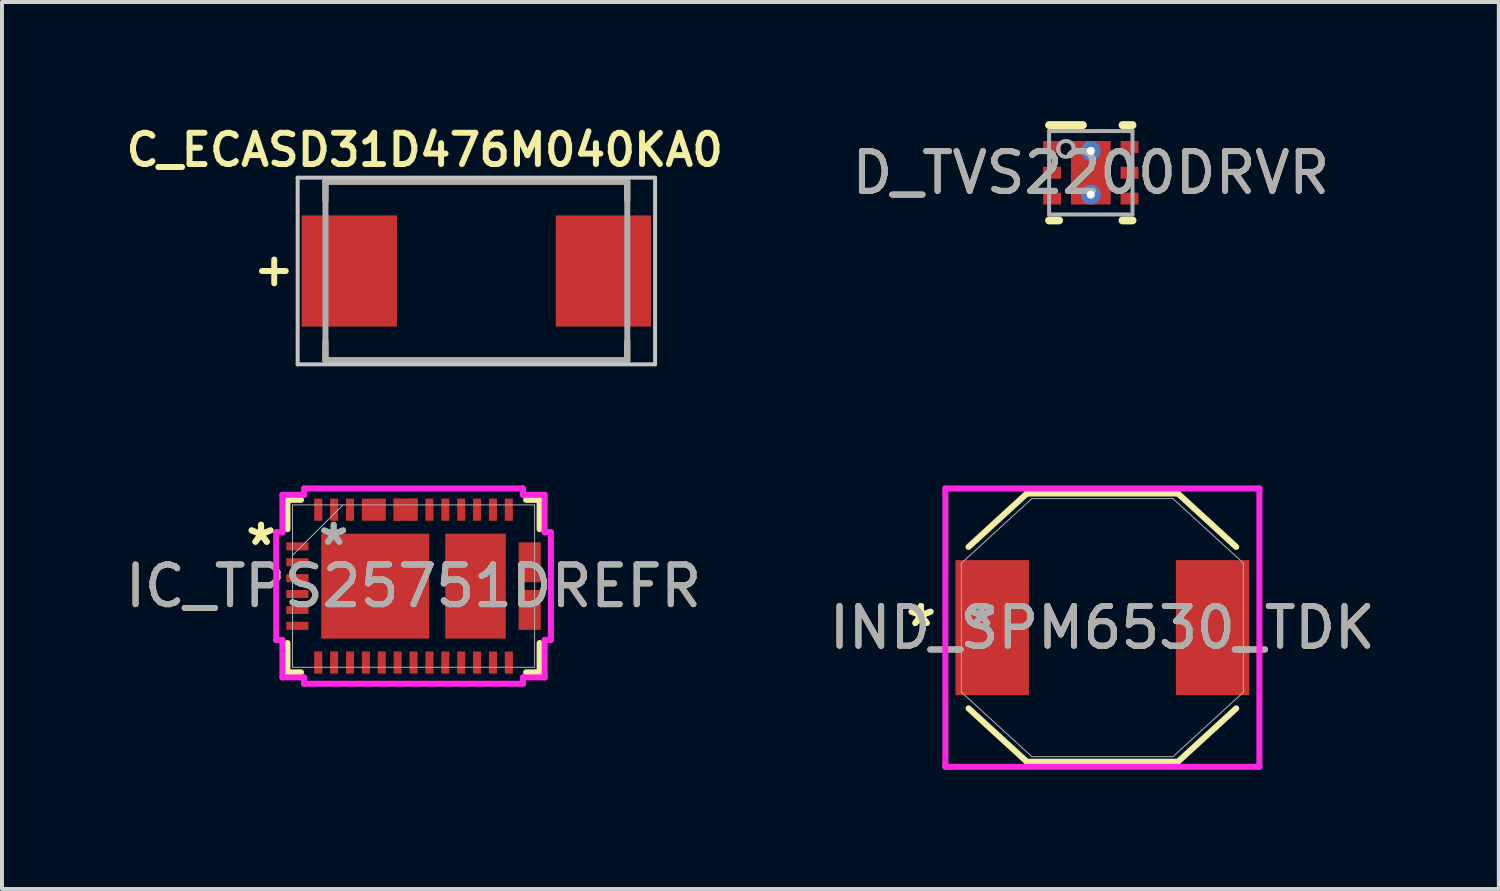
<source format=kicad_pcb>
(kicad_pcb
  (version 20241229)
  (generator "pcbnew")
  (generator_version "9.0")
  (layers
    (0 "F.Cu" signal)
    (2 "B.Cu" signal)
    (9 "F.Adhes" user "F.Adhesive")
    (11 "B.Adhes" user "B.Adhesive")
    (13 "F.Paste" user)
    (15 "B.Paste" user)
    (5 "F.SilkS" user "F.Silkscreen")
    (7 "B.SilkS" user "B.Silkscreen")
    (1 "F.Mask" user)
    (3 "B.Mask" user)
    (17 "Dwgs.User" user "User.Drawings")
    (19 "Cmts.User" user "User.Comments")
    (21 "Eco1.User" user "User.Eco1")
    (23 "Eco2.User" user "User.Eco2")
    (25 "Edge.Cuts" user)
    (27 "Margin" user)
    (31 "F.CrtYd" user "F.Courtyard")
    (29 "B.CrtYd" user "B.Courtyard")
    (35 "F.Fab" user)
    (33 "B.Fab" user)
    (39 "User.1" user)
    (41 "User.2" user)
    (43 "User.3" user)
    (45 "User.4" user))
  (footprint "IC_TPS25751DREFR"
    (layer "F.Cu")
    (at 7.363 11.708)
    (property "Reference" "IC_TPS25751DREFR" (at 0 0 0) (unlocked yes) (layer "F.SilkS") (effects (font (size 1 1) (thickness 0.15))))
    (attr smd)
    (fp_poly (pts (xy -1.302 -2.204) (xy -1.302 -1.646) (xy -0.698 -1.646) (xy -0.698 -2.204)) (stroke (width 0) (type solid)) (fill yes) (layer "F.Cu"))
    (fp_poly (pts (xy -0.502 -2.204) (xy -0.502 -1.646) (xy 0.102 -1.646) (xy 0.102 -2.204)) (stroke (width 0) (type solid)) (fill yes) (layer "F.Cu"))
    (fp_poly (pts (xy 2.646 -1.102) (xy 2.646 -0.098) (xy 3.204 -0.098) (xy 3.204 -1.102)) (stroke (width 0) (type solid)) (fill yes) (layer "F.Cu"))
    (fp_poly (pts (xy 2.646 0.098) (xy 2.646 1.102) (xy 3.204 1.102) (xy 3.204 0.098)) (stroke (width 0) (type solid)) (fill yes) (layer "F.Cu"))
    (fp_poly (pts (xy -1.302 -2.204) (xy -1.302 -1.646) (xy -0.698 -1.646) (xy -0.698 -2.204)) (stroke (width 0) (type solid)) (fill yes) (layer "F.Mask"))
    (fp_poly (pts (xy -0.502 -2.204) (xy -0.502 -1.646) (xy 0.102 -1.646) (xy 0.102 -2.204)) (stroke (width 0) (type solid)) (fill yes) (layer "F.Mask"))
    (fp_poly (pts (xy 2.646 -1.102) (xy 2.646 -0.098) (xy 3.204 -0.098) (xy 3.204 -1.102)) (stroke (width 0) (type solid)) (fill yes) (layer "F.Mask"))
    (fp_poly (pts (xy 2.646 0.098) (xy 2.646 1.102) (xy 3.204 1.102) (xy 3.204 0.098)) (stroke (width 0) (type solid)) (fill yes) (layer "F.Mask"))
    (fp_line (start -3.175 -2.172) (end -2.834 -2.172) (stroke (width 0.152) (type solid)) (layer "F.SilkS"))
    (fp_line (start -3.175 -1.434) (end -3.175 -2.172) (stroke (width 0.152) (type solid)) (layer "F.SilkS"))
    (fp_line (start -3.175 2.172) (end -3.175 1.434) (stroke (width 0.152) (type solid)) (layer "F.SilkS"))
    (fp_line (start -2.834 2.172) (end -3.175 2.172) (stroke (width 0.152) (type solid)) (layer "F.SilkS"))
    (fp_line (start 2.834 -2.172) (end 3.175 -2.172) (stroke (width 0.152) (type solid)) (layer "F.SilkS"))
    (fp_line (start 3.175 -2.172) (end 3.175 -1.434) (stroke (width 0.152) (type solid)) (layer "F.SilkS"))
    (fp_line (start 3.175 1.434) (end 3.175 2.172) (stroke (width 0.152) (type solid)) (layer "F.SilkS"))
    (fp_line (start 3.175 2.172) (end 2.834 2.172) (stroke (width 0.152) (type solid)) (layer "F.SilkS"))
    (fp_poly (pts (xy -1.302 -2.204) (xy -1.302 -1.646) (xy -0.698 -1.646) (xy -0.698 -2.204)) (stroke (width 0) (type solid)) (fill yes) (layer "F.Paste"))
    (fp_poly (pts (xy -0.502 -2.204) (xy -0.502 -1.646) (xy 0.102 -1.646) (xy 0.102 -2.204)) (stroke (width 0) (type solid)) (fill yes) (layer "F.Paste"))
    (fp_poly (pts (xy 2.646 -1.102) (xy 2.646 -0.098) (xy 3.204 -0.098) (xy 3.204 -1.102)) (stroke (width 0) (type solid)) (fill yes) (layer "F.Paste"))
    (fp_poly (pts (xy 2.646 0.098) (xy 2.646 1.102) (xy 3.204 1.102) (xy 3.204 0.098)) (stroke (width 0) (type solid)) (fill yes) (layer "F.Paste"))
    (fp_line (start -3.458 -1.356) (end -3.458 1.356) (stroke (width 0.152) (type solid)) (layer "F.CrtYd"))
    (fp_line (start -3.458 1.356) (end -3.302 1.356) (stroke (width 0.152) (type solid)) (layer "F.CrtYd"))
    (fp_line (start -3.302 -2.299) (end -3.302 -1.356) (stroke (width 0.152) (type solid)) (layer "F.CrtYd"))
    (fp_line (start -3.302 -1.356) (end -3.458 -1.356) (stroke (width 0.152) (type solid)) (layer "F.CrtYd"))
    (fp_line (start -3.302 1.356) (end -3.302 2.299) (stroke (width 0.152) (type solid)) (layer "F.CrtYd"))
    (fp_line (start -3.302 2.299) (end -2.756 2.299) (stroke (width 0.152) (type solid)) (layer "F.CrtYd"))
    (fp_line (start -2.756 -2.458) (end -2.756 -2.299) (stroke (width 0.152) (type solid)) (layer "F.CrtYd"))
    (fp_line (start -2.756 -2.299) (end -3.302 -2.299) (stroke (width 0.152) (type solid)) (layer "F.CrtYd"))
    (fp_line (start -2.756 2.299) (end -2.756 2.458) (stroke (width 0.152) (type solid)) (layer "F.CrtYd"))
    (fp_line (start -2.756 2.458) (end 2.756 2.458) (stroke (width 0.152) (type solid)) (layer "F.CrtYd"))
    (fp_line (start 2.756 -2.458) (end -2.756 -2.458) (stroke (width 0.152) (type solid)) (layer "F.CrtYd"))
    (fp_line (start 2.756 -2.299) (end 2.756 -2.458) (stroke (width 0.152) (type solid)) (layer "F.CrtYd"))
    (fp_line (start 2.756 2.299) (end 3.302 2.299) (stroke (width 0.152) (type solid)) (layer "F.CrtYd"))
    (fp_line (start 2.756 2.458) (end 2.756 2.299) (stroke (width 0.152) (type solid)) (layer "F.CrtYd"))
    (fp_line (start 3.302 -2.299) (end 2.756 -2.299) (stroke (width 0.152) (type solid)) (layer "F.CrtYd"))
    (fp_line (start 3.302 -1.356) (end 3.302 -2.299) (stroke (width 0.152) (type solid)) (layer "F.CrtYd"))
    (fp_line (start 3.302 1.356) (end 3.458 1.356) (stroke (width 0.152) (type solid)) (layer "F.CrtYd"))
    (fp_line (start 3.302 2.299) (end 3.302 1.356) (stroke (width 0.152) (type solid)) (layer "F.CrtYd"))
    (fp_line (start 3.458 -1.356) (end 3.302 -1.356) (stroke (width 0.152) (type solid)) (layer "F.CrtYd"))
    (fp_line (start 3.458 1.356) (end 3.458 -1.356) (stroke (width 0.152) (type solid)) (layer "F.CrtYd"))
    (fp_line (start -3.048 -2.045) (end -3.048 2.045) (stroke (width 0.025) (type solid)) (layer "F.Fab"))
    (fp_line (start -3.048 -0.775) (end -1.778 -2.045) (stroke (width 0.025) (type solid)) (layer "F.Fab"))
    (fp_line (start -3.048 2.045) (end 3.048 2.045) (stroke (width 0.025) (type solid)) (layer "F.Fab"))
    (fp_line (start 3.048 -2.045) (end -3.048 -2.045) (stroke (width 0.025) (type solid)) (layer "F.Fab"))
    (fp_line (start 3.048 2.045) (end 3.048 -2.045) (stroke (width 0.025) (type solid)) (layer "F.Fab"))
    (fp_text user "*" (at -3.839 -1 0) (unlocked yes) (layer "F.SilkS") (effects (font (size 1 1) (thickness 0.15))))
    (fp_text user "*" (at -3.839 -1 0) (layer "F.SilkS") (effects (font (size 1 1) (thickness 0.15))))
    (fp_text user "*" (at -2.011 -1 0) (unlocked yes) (layer "F.Fab") (effects (font (size 1 1) (thickness 0.15))))
    (fp_text user "${REFERENCE}" (at 0 0 0) (unlocked yes) (layer "F.Fab") (effects (font (size 1 1) (thickness 0.15))))
    (fp_text user "*" (at -2.011 -1 0) (layer "F.Fab") (effects (font (size 1 1) (thickness 0.15))))
    (pad "1" smd rect (at -2.925 -1) (size 0.559 0.203) (layers "F.Cu" "F.Mask" "F.Paste"))
    (pad "2" smd rect (at -2.925 -0.6) (size 0.559 0.203) (layers "F.Cu" "F.Mask" "F.Paste"))
    (pad "3" smd rect (at -2.925 -0.2) (size 0.559 0.203) (layers "F.Cu" "F.Mask" "F.Paste"))
    (pad "4" smd rect (at -2.925 0.2) (size 0.559 0.203) (layers "F.Cu" "F.Mask" "F.Paste"))
    (pad "5" smd rect (at -2.925 0.6) (size 0.559 0.203) (layers "F.Cu" "F.Mask" "F.Paste"))
    (pad "6" smd rect (at -2.925 1) (size 0.559 0.203) (layers "F.Cu" "F.Mask" "F.Paste"))
    (pad "7" smd rect (at -2.4 1.925 90) (size 0.559 0.203) (layers "F.Cu" "F.Mask" "F.Paste"))
    (pad "8" smd rect (at -2 1.925 90) (size 0.559 0.203) (layers "F.Cu" "F.Mask" "F.Paste"))
    (pad "9" smd rect (at -1.6 1.925 90) (size 0.559 0.203) (layers "F.Cu" "F.Mask" "F.Paste"))
    (pad "10" smd rect (at -1.2 1.925 90) (size 0.559 0.203) (layers "F.Cu" "F.Mask" "F.Paste"))
    (pad "11" smd rect (at -0.8 1.925 90) (size 0.559 0.203) (layers "F.Cu" "F.Mask" "F.Paste"))
    (pad "12" smd rect (at -0.4 1.925 90) (size 0.559 0.203) (layers "F.Cu" "F.Mask" "F.Paste"))
    (pad "13" smd rect (at 0 1.925 90) (size 0.559 0.203) (layers "F.Cu" "F.Mask" "F.Paste"))
    (pad "14" smd rect (at 0.4 1.925 90) (size 0.559 0.203) (layers "F.Cu" "F.Mask" "F.Paste"))
    (pad "15" smd rect (at 0.8 1.925 90) (size 0.559 0.203) (layers "F.Cu" "F.Mask" "F.Paste"))
    (pad "16" smd rect (at 1.2 1.925 90) (size 0.559 0.203) (layers "F.Cu" "F.Mask" "F.Paste"))
    (pad "17" smd rect (at 1.6 1.925 90) (size 0.559 0.203) (layers "F.Cu" "F.Mask" "F.Paste"))
    (pad "18" smd rect (at 2 1.925 90) (size 0.559 0.203) (layers "F.Cu" "F.Mask" "F.Paste"))
    (pad "19" smd rect (at 2.4 1.925 90) (size 0.559 0.203) (layers "F.Cu" "F.Mask" "F.Paste"))
    (pad "20" smd rect (at 2.925 1) (size 0.127 0.127) (layers "F.Cu" "F.Mask" "F.Paste"))
    (pad "21" smd rect (at 2.925 0.6) (size 0.127 0.127) (layers "F.Cu" "F.Mask" "F.Paste"))
    (pad "22" smd rect (at 2.925 0.2) (size 0.127 0.127) (layers "F.Cu" "F.Mask" "F.Paste"))
    (pad "23" smd rect (at 2.925 -0.2) (size 0.127 0.127) (layers "F.Cu" "F.Mask" "F.Paste"))
    (pad "24" smd rect (at 2.925 -0.6) (size 0.127 0.127) (layers "F.Cu" "F.Mask" "F.Paste"))
    (pad "25" smd rect (at 2.925 -1) (size 0.127 0.127) (layers "F.Cu" "F.Mask" "F.Paste"))
    (pad "26" smd rect (at 2.4 -1.925 90) (size 0.559 0.203) (layers "F.Cu" "F.Mask" "F.Paste"))
    (pad "27" smd rect (at 2 -1.925 90) (size 0.559 0.203) (layers "F.Cu" "F.Mask" "F.Paste"))
    (pad "28" smd rect (at 1.6 -1.925 90) (size 0.559 0.203) (layers "F.Cu" "F.Mask" "F.Paste"))
    (pad "29" smd rect (at 1.2 -1.925 90) (size 0.559 0.203) (layers "F.Cu" "F.Mask" "F.Paste"))
    (pad "30" smd rect (at 0.8 -1.925 90) (size 0.559 0.203) (layers "F.Cu" "F.Mask" "F.Paste"))
    (pad "31" smd rect (at 0.4 -1.925 90) (size 0.559 0.203) (layers "F.Cu" "F.Mask" "F.Paste"))
    (pad "32" smd rect (at 0 -1.925 90) (size 0.559 0.203) (layers "F.Cu" "F.Mask" "F.Paste"))
    (pad "33" smd rect (at -0.4 -1.925 90) (size 0.559 0.203) (layers "F.Cu" "F.Mask" "F.Paste"))
    (pad "34" smd rect (at -0.8 -1.925 90) (size 0.127 0.127) (layers "F.Cu" "F.Mask" "F.Paste"))
    (pad "35" smd rect (at -1.2 -1.925 90) (size 0.127 0.127) (layers "F.Cu" "F.Mask" "F.Paste"))
    (pad "36" smd rect (at -1.6 -1.925 90) (size 0.559 0.203) (layers "F.Cu" "F.Mask" "F.Paste"))
    (pad "37" smd rect (at -2 -1.925 90) (size 0.559 0.203) (layers "F.Cu" "F.Mask" "F.Paste"))
    (pad "38" smd rect (at -2.4 -1.925 90) (size 0.559 0.203) (layers "F.Cu" "F.Mask" "F.Paste"))
    (pad "39" smd rect (at -0.965 0) (size 2.718 2.642) (layers "F.Cu" "F.Mask" "F.Paste"))
    (pad "40" smd rect (at 1.56 0) (size 1.524 2.642) (layers "F.Cu" "F.Mask" "F.Paste")))
  (footprint "D_TVS2200DRVR"
    (layer "F.Cu")
    (at 24.416 1.3)
    (property "Reference" "D_TVS2200DRVR" (at 0 0 0) (unlocked yes) (layer "F.SilkS") (effects (font (size 1 1) (thickness 0.15))))
    (attr smd)
    (fp_line (start -1.05 -1.2) (end -0.2 -1.2) (stroke (width 0.2) (type solid)) (layer "F.SilkS"))
    (fp_line (start -1.05 1.2) (end -0.8 1.2) (stroke (width 0.2) (type solid)) (layer "F.SilkS"))
    (fp_line (start 0.8 -1.2) (end 1.05 -1.2) (stroke (width 0.2) (type solid)) (layer "F.SilkS"))
    (fp_line (start 0.8 1.2) (end 1.05 1.2) (stroke (width 0.2) (type solid)) (layer "F.SilkS"))
    (fp_poly (pts (xy -0.5 -0.149) (xy -0.5 -0.751) (xy -0.499 -0.761) (xy -0.496 -0.77) (xy -0.492 -0.778) (xy -0.486 -0.786) (xy -0.478 -0.792) (xy -0.47 -0.796) (xy -0.461 -0.799) (xy -0.451 -0.8) (xy 0.451 -0.8) (xy 0.461 -0.799) (xy 0.47 -0.796) (xy 0.478 -0.792) (xy 0.486 -0.786) (xy 0.492 -0.778) (xy 0.496 -0.77) (xy 0.499 -0.761) (xy 0.5 -0.751) (xy 0.5 -0.149) (xy 0.499 -0.139) (xy 0.496 -0.13) (xy 0.492 -0.122) (xy 0.486 -0.114) (xy 0.478 -0.108) (xy 0.47 -0.104) (xy 0.461 -0.101) (xy 0.451 -0.1) (xy -0.451 -0.1) (xy -0.461 -0.101) (xy -0.47 -0.104) (xy -0.478 -0.108) (xy -0.486 -0.114) (xy -0.492 -0.122) (xy -0.496 -0.13) (xy -0.499 -0.139)) (stroke (width 0) (type solid)) (fill yes) (layer "F.Paste"))
    (fp_poly (pts (xy -0.5 0.751) (xy -0.5 0.149) (xy -0.499 0.139) (xy -0.496 0.13) (xy -0.492 0.122) (xy -0.486 0.114) (xy -0.478 0.108) (xy -0.47 0.104) (xy -0.461 0.101) (xy -0.451 0.1) (xy 0.451 0.1) (xy 0.461 0.101) (xy 0.47 0.104) (xy 0.478 0.108) (xy 0.486 0.114) (xy 0.492 0.122) (xy 0.496 0.13) (xy 0.499 0.139) (xy 0.5 0.149) (xy 0.5 0.751) (xy 0.499 0.761) (xy 0.496 0.77) (xy 0.492 0.778) (xy 0.486 0.786) (xy 0.478 0.792) (xy 0.47 0.796) (xy 0.461 0.799) (xy 0.451 0.8) (xy -0.451 0.8) (xy -0.461 0.799) (xy -0.47 0.796) (xy -0.478 0.792) (xy -0.486 0.786) (xy -0.492 0.778) (xy -0.496 0.77) (xy -0.499 0.761)) (stroke (width 0) (type solid)) (fill yes) (layer "F.Paste"))
    (fp_line (start -1.05 -1.05) (end 1.05 -1.05) (stroke (width 0.1) (type solid)) (layer "F.Fab"))
    (fp_line (start -1.05 1.05) (end -1.05 -1.05) (stroke (width 0.1) (type solid)) (layer "F.Fab"))
    (fp_line (start -1.05 1.05) (end 1.05 1.05) (stroke (width 0.1) (type solid)) (layer "F.Fab"))
    (fp_line (start 1.05 1.05) (end 1.05 -1.05) (stroke (width 0.1) (type solid)) (layer "F.Fab"))
    (fp_circle (center -0.625 -0.6) (end -0.425 -0.6) (stroke (width 0.1) (type solid)) (fill no) (layer "F.Fab"))
    (fp_text user "${REFERENCE}" (at 0 0 0) (unlocked yes) (layer "F.Fab") (effects (font (size 1 1) (thickness 0.15))))
    (pad "1" smd rect (at -0.975 -0.65 90) (size 0.3 0.45) (layers "F.Cu" "F.Mask" "F.Paste"))
    (pad "2" smd rect (at -0.975 0 90) (size 0.3 0.45) (layers "F.Cu" "F.Mask" "F.Paste"))
    (pad "3" smd rect (at -0.975 0.65 90) (size 0.3 0.45) (layers "F.Cu" "F.Mask" "F.Paste"))
    (pad "4" smd rect (at 0.975 0.65 90) (size 0.3 0.45) (layers "F.Cu" "F.Mask" "F.Paste"))
    (pad "5" smd rect (at 0.975 0 90) (size 0.3 0.45) (layers "F.Cu" "F.Mask" "F.Paste"))
    (pad "6" smd rect (at 0.975 -0.65 90) (size 0.3 0.45) (layers "F.Cu" "F.Mask" "F.Paste"))
    (pad "7" smd rect (at 0 0) (size 1 1.6) (layers "F.Cu" "F.Mask" "F.Paste"))
    (pad "V" thru_hole circle (at 0 -0.55) (size 0.5 0.5) (drill 0.203) (layers "*.Cu" "*.Mask"))
    (pad "V" thru_hole circle (at 0 0.55) (size 0.5 0.5) (drill 0.203) (layers "*.Cu" "*.Mask")))
  (footprint "IND_SPM6530_TDK"
    (layer "F.Cu")
    (at 24.708 12.754)
    (property "Reference" "IND_SPM6530_TDK" (at 0 0 0) (unlocked yes) (layer "F.SilkS") (effects (font (size 1 1) (thickness 0.15))))
    (attr smd)
    (fp_line (start -3.37 2.033) (end -1.902 3.377) (stroke (width 0.152) (type solid)) (layer "F.SilkS"))
    (fp_line (start -1.902 -3.377) (end -3.37 -2.033) (stroke (width 0.152) (type solid)) (layer "F.SilkS"))
    (fp_line (start -1.902 3.377) (end 1.902 3.377) (stroke (width 0.152) (type solid)) (layer "F.SilkS"))
    (fp_line (start 1.902 -3.377) (end -1.902 -3.377) (stroke (width 0.152) (type solid)) (layer "F.SilkS"))
    (fp_line (start 1.902 3.377) (end 3.37 2.033) (stroke (width 0.152) (type solid)) (layer "F.SilkS"))
    (fp_line (start 3.37 -2.033) (end 1.902 -3.377) (stroke (width 0.152) (type solid)) (layer "F.SilkS"))
    (fp_line (start -3.954 -3.504) (end 3.954 -3.504) (stroke (width 0.152) (type solid)) (layer "F.CrtYd"))
    (fp_line (start -3.954 3.504) (end -3.954 -3.504) (stroke (width 0.152) (type solid)) (layer "F.CrtYd"))
    (fp_line (start 3.954 -3.504) (end 3.954 3.504) (stroke (width 0.152) (type solid)) (layer "F.CrtYd"))
    (fp_line (start 3.954 3.504) (end -3.954 3.504) (stroke (width 0.152) (type solid)) (layer "F.CrtYd"))
    (fp_line (start -3.55 -1.625) (end -3.55 1.625) (stroke (width 0.025) (type solid)) (layer "F.Fab"))
    (fp_line (start -3.55 1.625) (end -1.775 3.25) (stroke (width 0.025) (type solid)) (layer "F.Fab"))
    (fp_line (start -1.775 -3.25) (end -3.55 -1.625) (stroke (width 0.025) (type solid)) (layer "F.Fab"))
    (fp_line (start -1.775 3.25) (end 1.775 3.25) (stroke (width 0.025) (type solid)) (layer "F.Fab"))
    (fp_line (start 1.775 -3.25) (end -1.775 -3.25) (stroke (width 0.025) (type solid)) (layer "F.Fab"))
    (fp_line (start 1.775 3.25) (end 3.55 1.625) (stroke (width 0.025) (type solid)) (layer "F.Fab"))
    (fp_line (start 3.55 -1.625) (end 1.775 -3.25) (stroke (width 0.025) (type solid)) (layer "F.Fab"))
    (fp_line (start 3.55 1.625) (end 3.55 -1.625) (stroke (width 0.025) (type solid)) (layer "F.Fab"))
    (fp_text user "*" (at -4.566 0 0) (unlocked yes) (layer "F.SilkS") (effects (font (size 1 1) (thickness 0.15))))
    (fp_text user "*" (at -4.566 0 0) (layer "F.SilkS") (effects (font (size 1 1) (thickness 0.15))))
    (fp_text user "*" (at -3.042 0 0) (unlocked yes) (layer "F.Fab") (effects (font (size 1 1) (thickness 0.15))))
    (fp_text user "*" (at -3.042 0 0) (layer "F.Fab") (effects (font (size 1 1) (thickness 0.15))))
    (fp_text user "${REFERENCE}" (at 0 0 0) (unlocked yes) (layer "F.Fab") (effects (font (size 1 1) (thickness 0.15))))
    (pad "1" smd rect (at -2.775 0) (size 1.85 3.4) (layers "F.Cu" "F.Mask" "F.Paste"))
    (pad "2" smd rect (at 2.775 0) (size 1.85 3.4) (layers "F.Cu" "F.Mask" "F.Paste")))
  (footprint "C_ECASD31D476M040KA0"
    (layer "F.Cu")
    (at 8.945 3.774)
    (property "Reference" "C_ECASD31D476M040KA0" (at -1.3 -3.05 0) (layer "F.SilkS") (effects (font (size 0.787 0.787) (thickness 0.15))))
    (attr smd)
    (fp_line (start -5.09 -0.29) (end -5.09 0.31) (stroke (width 0.15) (type solid)) (layer "F.SilkS"))
    (fp_line (start -4.8 0) (end -5.4 0) (stroke (width 0.15) (type solid)) (layer "F.SilkS"))
    (fp_line (start -3.8 -2.25) (end 3.8 -2.25) (stroke (width 0.15) (type solid)) (layer "F.SilkS"))
    (fp_line (start -3.8 -1.775) (end -3.8 -2.25) (stroke (width 0.15) (type solid)) (layer "F.SilkS"))
    (fp_line (start -3.8 2.25) (end -3.8 1.775) (stroke (width 0.15) (type solid)) (layer "F.SilkS"))
    (fp_line (start -3.8 2.25) (end 3.8 2.25) (stroke (width 0.15) (type solid)) (layer "F.SilkS"))
    (fp_line (start 3.8 -1.775) (end 3.8 -2.25) (stroke (width 0.15) (type solid)) (layer "F.SilkS"))
    (fp_line (start 3.8 2.25) (end 3.8 1.775) (stroke (width 0.15) (type solid)) (layer "F.SilkS"))
    (fp_line (start -4.5 -2.35) (end 4.5 -2.35) (stroke (width 0.1) (type solid)) (layer "Dwgs.User"))
    (fp_line (start -4.5 2.35) (end -4.5 -2.35) (stroke (width 0.1) (type solid)) (layer "Dwgs.User"))
    (fp_line (start 4.5 -2.35) (end 4.5 2.35) (stroke (width 0.1) (type solid)) (layer "Dwgs.User"))
    (fp_line (start 4.5 2.35) (end -4.5 2.35) (stroke (width 0.1) (type solid)) (layer "Dwgs.User"))
    (fp_line (start -3.8 -2.25) (end 3.8 -2.25) (stroke (width 0.15) (type solid)) (layer "F.Fab"))
    (fp_line (start -3.8 2.25) (end -3.8 -2.25) (stroke (width 0.15) (type solid)) (layer "F.Fab"))
    (fp_line (start 3.8 -2.25) (end 3.8 2.25) (stroke (width 0.15) (type solid)) (layer "F.Fab"))
    (fp_line (start 3.8 2.25) (end -3.8 2.25) (stroke (width 0.15) (type solid)) (layer "F.Fab"))
    (pad "1" smd rect (at 3.2 0) (size 2.4 2.8) (layers "F.Cu" "F.Mask" "F.Paste"))
    (pad "2" smd rect (at -3.2 0) (size 2.4 2.8) (layers "F.Cu" "F.Mask" "F.Paste")))
  (gr_rect
    (start -3 -3)
    (end 34.69 19.334)
    (stroke (width 0.1) (type default))
    (fill no)
    (layer "Edge.Cuts")))
</source>
